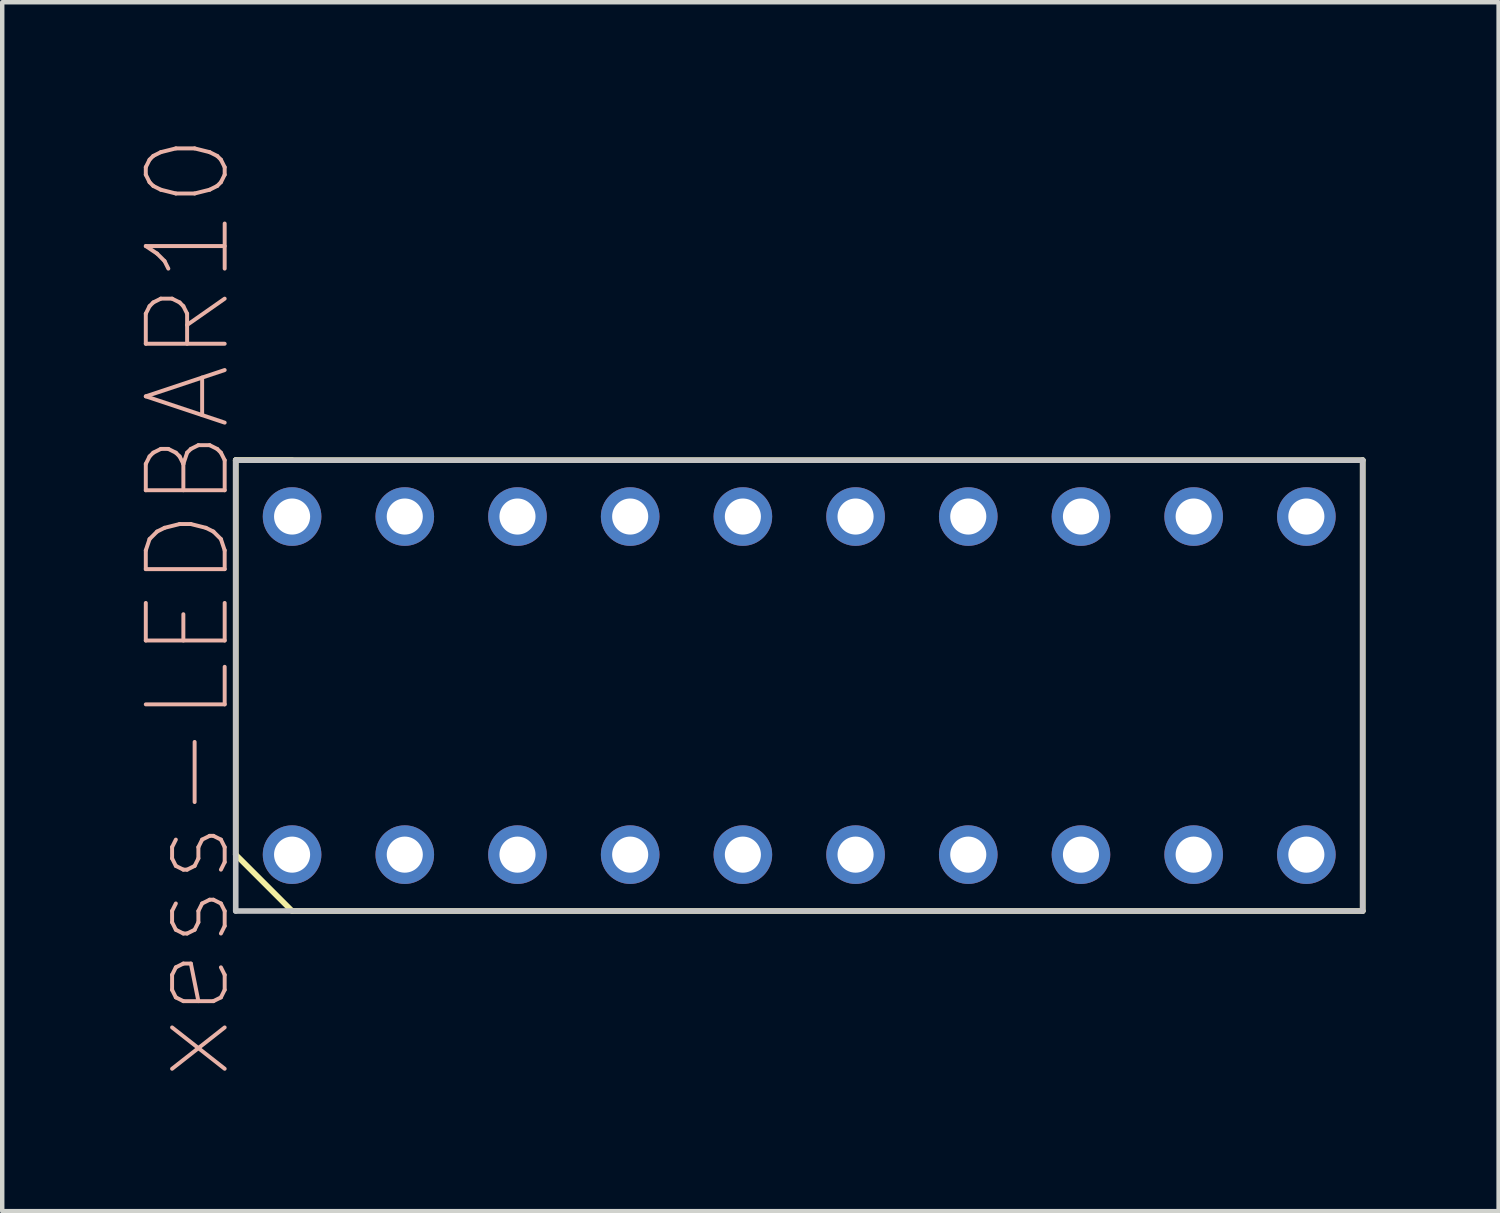
<source format=kicad_pcb>
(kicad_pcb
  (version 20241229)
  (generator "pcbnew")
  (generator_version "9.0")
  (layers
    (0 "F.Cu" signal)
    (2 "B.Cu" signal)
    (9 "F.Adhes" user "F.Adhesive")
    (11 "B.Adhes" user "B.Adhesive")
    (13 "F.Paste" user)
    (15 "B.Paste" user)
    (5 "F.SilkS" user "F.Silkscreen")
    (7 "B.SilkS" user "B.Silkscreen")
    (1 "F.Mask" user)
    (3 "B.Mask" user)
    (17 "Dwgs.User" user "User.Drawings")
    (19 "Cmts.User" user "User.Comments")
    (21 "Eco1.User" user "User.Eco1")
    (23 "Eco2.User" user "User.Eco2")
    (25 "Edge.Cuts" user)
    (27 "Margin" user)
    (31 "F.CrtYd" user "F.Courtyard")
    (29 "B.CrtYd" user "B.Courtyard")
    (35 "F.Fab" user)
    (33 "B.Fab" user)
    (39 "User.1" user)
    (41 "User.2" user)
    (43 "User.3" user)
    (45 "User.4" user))
  (footprint "xess-LEDBAR10"
    (layer "F.Cu")
    (at 14.963 12.402)
    (property "Reference" "xess-LEDBAR10" (at -13.767 -1.778 90) (layer "B.SilkS") (effects (font (size 1.778 1.778) (thickness 0.089))))
    (attr exclude_from_pos_files exclude_from_bom)
    (fp_line (start -12.7 -5.08) (end -11.43 -5.08) (stroke (width 0.127) (type solid)) (layer "F.SilkS"))
    (fp_line (start -12.7 -5.08) (end 12.7 -5.08) (stroke (width 0.127) (type solid)) (layer "F.SilkS"))
    (fp_line (start -12.7 3.81) (end -12.7 -5.08) (stroke (width 0.127) (type solid)) (layer "F.SilkS"))
    (fp_line (start -11.43 5.08) (end -12.7 3.81) (stroke (width 0.127) (type solid)) (layer "F.SilkS"))
    (fp_line (start 12.7 -5.08) (end 12.7 5.08) (stroke (width 0.127) (type solid)) (layer "F.SilkS"))
    (fp_line (start 12.7 5.08) (end -11.43 5.08) (stroke (width 0.127) (type solid)) (layer "F.SilkS"))
    (fp_line (start -12.7 -5.08) (end -12.7 5.08) (stroke (width 0.127) (type solid)) (layer "Dwgs.User"))
    (fp_line (start -12.7 5.08) (end 12.7 5.08) (stroke (width 0.127) (type solid)) (layer "Dwgs.User"))
    (fp_line (start 12.7 -5.08) (end -12.7 -5.08) (stroke (width 0.127) (type solid)) (layer "Dwgs.User"))
    (fp_line (start 12.7 5.08) (end 12.7 -5.08) (stroke (width 0.127) (type solid)) (layer "Dwgs.User"))
    (pad "1" thru_hole circle (at -11.43 3.81) (size 1.321 1.321) (drill 0.813) (layers "*.Cu" "*.Mask"))
    (pad "2" thru_hole circle (at -8.89 3.81) (size 1.321 1.321) (drill 0.813) (layers "*.Cu" "*.Mask"))
    (pad "3" thru_hole circle (at -6.35 3.81) (size 1.321 1.321) (drill 0.813) (layers "*.Cu" "*.Mask"))
    (pad "4" thru_hole circle (at -3.81 3.81) (size 1.321 1.321) (drill 0.813) (layers "*.Cu" "*.Mask"))
    (pad "5" thru_hole circle (at -1.27 3.81) (size 1.321 1.321) (drill 0.813) (layers "*.Cu" "*.Mask"))
    (pad "6" thru_hole circle (at 1.27 3.81) (size 1.321 1.321) (drill 0.813) (layers "*.Cu" "*.Mask"))
    (pad "7" thru_hole circle (at 3.81 3.81) (size 1.321 1.321) (drill 0.813) (layers "*.Cu" "*.Mask"))
    (pad "8" thru_hole circle (at 6.35 3.81) (size 1.321 1.321) (drill 0.813) (layers "*.Cu" "*.Mask"))
    (pad "9" thru_hole circle (at 8.89 3.81) (size 1.321 1.321) (drill 0.813) (layers "*.Cu" "*.Mask"))
    (pad "10" thru_hole circle (at 11.43 3.81) (size 1.321 1.321) (drill 0.813) (layers "*.Cu" "*.Mask"))
    (pad "11" thru_hole circle (at 11.43 -3.81) (size 1.321 1.321) (drill 0.813) (layers "*.Cu" "*.Mask"))
    (pad "12" thru_hole circle (at 8.89 -3.81) (size 1.321 1.321) (drill 0.813) (layers "*.Cu" "*.Mask"))
    (pad "13" thru_hole circle (at 6.35 -3.81) (size 1.321 1.321) (drill 0.813) (layers "*.Cu" "*.Mask"))
    (pad "14" thru_hole circle (at 3.81 -3.81) (size 1.321 1.321) (drill 0.813) (layers "*.Cu" "*.Mask"))
    (pad "15" thru_hole circle (at 1.27 -3.81) (size 1.321 1.321) (drill 0.813) (layers "*.Cu" "*.Mask"))
    (pad "16" thru_hole circle (at -1.27 -3.81) (size 1.321 1.321) (drill 0.813) (layers "*.Cu" "*.Mask"))
    (pad "17" thru_hole circle (at -3.81 -3.81) (size 1.321 1.321) (drill 0.813) (layers "*.Cu" "*.Mask"))
    (pad "18" thru_hole circle (at -6.35 -3.81) (size 1.321 1.321) (drill 0.813) (layers "*.Cu" "*.Mask"))
    (pad "19" thru_hole circle (at -8.89 -3.81) (size 1.321 1.321) (drill 0.813) (layers "*.Cu" "*.Mask"))
    (pad "20" thru_hole circle (at -11.43 -3.81) (size 1.321 1.321) (drill 0.813) (layers "*.Cu" "*.Mask")))
  (gr_rect
    (start -3 -3)
    (end 30.726 24.247)
    (stroke (width 0.1) (type default))
    (fill no)
    (layer "Edge.Cuts")))
</source>
